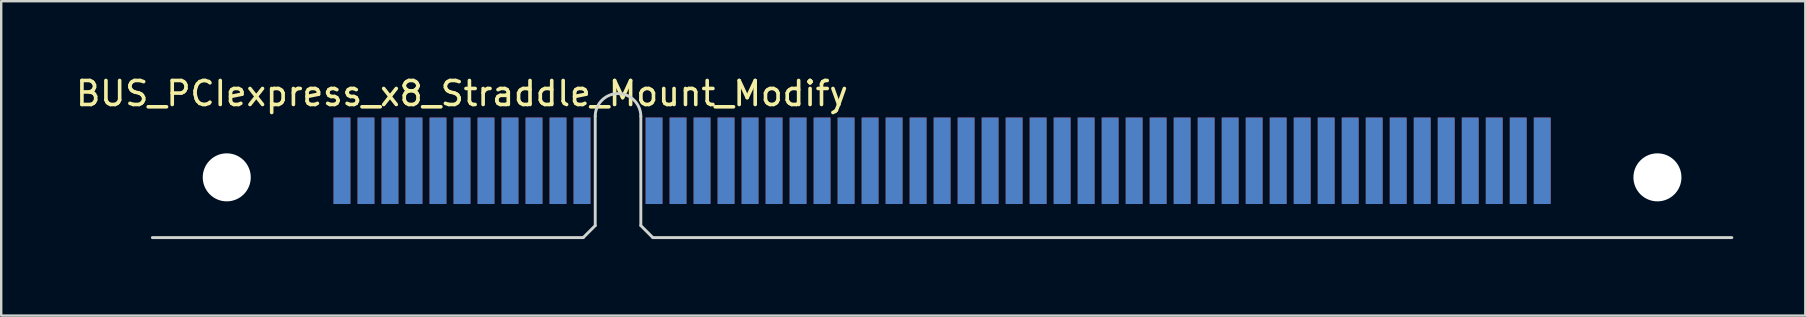
<source format=kicad_pcb>
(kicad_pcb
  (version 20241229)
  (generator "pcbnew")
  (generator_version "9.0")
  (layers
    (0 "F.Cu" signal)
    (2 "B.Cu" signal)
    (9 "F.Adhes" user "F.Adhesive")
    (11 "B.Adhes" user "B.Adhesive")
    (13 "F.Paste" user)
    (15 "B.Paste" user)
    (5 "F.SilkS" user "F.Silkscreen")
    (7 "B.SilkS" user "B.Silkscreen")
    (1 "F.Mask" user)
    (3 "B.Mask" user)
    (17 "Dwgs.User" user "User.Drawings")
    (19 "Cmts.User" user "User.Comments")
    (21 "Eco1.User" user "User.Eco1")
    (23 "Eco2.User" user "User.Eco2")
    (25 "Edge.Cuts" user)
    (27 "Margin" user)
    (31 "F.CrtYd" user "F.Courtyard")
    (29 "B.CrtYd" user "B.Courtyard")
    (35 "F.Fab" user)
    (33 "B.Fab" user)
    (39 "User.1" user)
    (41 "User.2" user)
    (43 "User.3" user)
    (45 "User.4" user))
  (footprint "BUS_PCIexpress_x8_Straddle_Mount_Modify"
    (layer "F.Cu")
    (at 22.696 6.848)
    (property "Reference" "BUS_PCIexpress_x8_Straddle_Mount_Modify" (at -6.5 -6 0) (layer "F.SilkS") (effects (font (size 1 1) (thickness 0.15))))
    (attr through_hole)
    (fp_line (start -19.4 0) (end -1.45 0) (stroke (width 0.12) (type solid)) (layer "Edge.Cuts"))
    (fp_line (start -1.45 0) (end -0.95 -0.5) (stroke (width 0.12) (type solid)) (layer "Edge.Cuts"))
    (fp_line (start -0.95 -0.5) (end -0.95 -5.05) (stroke (width 0.12) (type solid)) (layer "Edge.Cuts"))
    (fp_line (start 0.95 -0.5) (end 0.95 -5.05) (stroke (width 0.12) (type solid)) (layer "Edge.Cuts"))
    (fp_line (start 0.95 -0.5) (end 1.45 0) (stroke (width 0.12) (type solid)) (layer "Edge.Cuts"))
    (fp_line (start 1.45 0) (end 46.4 0) (stroke (width 0.12) (type solid)) (layer "Edge.Cuts"))
    (fp_arc (start -0.95 -5.05) (mid 0 -6) (end 0.95 -5.05) (stroke (width 0.12) (type solid)) (layer "Edge.Cuts"))
    (pad "" np_thru_hole circle (at -16.3 -2.51) (size 2 2) (drill 2) (layers "*.Cu" "*.Mask"))
    (pad "" np_thru_hole circle (at 43.3 -2.51) (size 2 2) (drill 2) (layers "*.Cu" "*.Mask"))
    (pad "A1" smd rect (at -11.5 -3.2) (size 0.7 3.6) (layers "F.Cu" "F.Mask" "F.Paste"))
    (pad "A2" smd rect (at -10.5 -3.2) (size 0.7 3.6) (layers "F.Cu" "F.Mask" "F.Paste"))
    (pad "A3" smd rect (at -9.5 -3.2) (size 0.7 3.6) (layers "F.Cu" "F.Mask" "F.Paste"))
    (pad "A4" smd rect (at -8.5 -3.2) (size 0.7 3.6) (layers "F.Cu" "F.Mask" "F.Paste"))
    (pad "A5" smd rect (at -7.5 -3.2) (size 0.7 3.6) (layers "F.Cu" "F.Mask" "F.Paste"))
    (pad "A6" smd rect (at -6.5 -3.2) (size 0.7 3.6) (layers "F.Cu" "F.Mask" "F.Paste"))
    (pad "A7" smd rect (at -5.5 -3.2) (size 0.7 3.6) (layers "F.Cu" "F.Mask" "F.Paste"))
    (pad "A8" smd rect (at -4.5 -3.2) (size 0.7 3.6) (layers "F.Cu" "F.Mask" "F.Paste"))
    (pad "A9" smd rect (at -3.5 -3.2) (size 0.7 3.6) (layers "F.Cu" "F.Mask" "F.Paste"))
    (pad "A10" smd rect (at -2.5 -3.2) (size 0.7 3.6) (layers "F.Cu" "F.Mask" "F.Paste"))
    (pad "A11" smd rect (at -1.5 -3.2) (size 0.7 3.6) (layers "F.Cu" "F.Mask" "F.Paste"))
    (pad "A12" smd rect (at 1.5 -3.2) (size 0.7 3.6) (layers "F.Cu" "F.Mask" "F.Paste"))
    (pad "A13" smd rect (at 2.5 -3.2) (size 0.7 3.6) (layers "F.Cu" "F.Mask" "F.Paste"))
    (pad "A14" smd rect (at 3.5 -3.2) (size 0.7 3.6) (layers "F.Cu" "F.Mask" "F.Paste"))
    (pad "A15" smd rect (at 4.5 -3.2) (size 0.7 3.6) (layers "F.Cu" "F.Mask" "F.Paste"))
    (pad "A16" smd rect (at 5.5 -3.2) (size 0.7 3.6) (layers "F.Cu" "F.Mask" "F.Paste"))
    (pad "A17" smd rect (at 6.5 -3.2) (size 0.7 3.6) (layers "F.Cu" "F.Mask" "F.Paste"))
    (pad "A18" smd rect (at 7.5 -3.2) (size 0.7 3.6) (layers "F.Cu" "F.Mask" "F.Paste"))
    (pad "A19" smd rect (at 8.5 -3.2) (size 0.7 3.6) (layers "F.Cu" "F.Mask" "F.Paste"))
    (pad "A20" smd rect (at 9.5 -3.2) (size 0.7 3.6) (layers "F.Cu" "F.Mask" "F.Paste"))
    (pad "A21" smd rect (at 10.5 -3.2) (size 0.7 3.6) (layers "F.Cu" "F.Mask" "F.Paste"))
    (pad "A22" smd rect (at 11.5 -3.2) (size 0.7 3.6) (layers "F.Cu" "F.Mask" "F.Paste"))
    (pad "A23" smd rect (at 12.5 -3.2) (size 0.7 3.6) (layers "F.Cu" "F.Mask" "F.Paste"))
    (pad "A24" smd rect (at 13.5 -3.2) (size 0.7 3.6) (layers "F.Cu" "F.Mask" "F.Paste"))
    (pad "A25" smd rect (at 14.5 -3.2) (size 0.7 3.6) (layers "F.Cu" "F.Mask" "F.Paste"))
    (pad "A26" smd rect (at 15.5 -3.2) (size 0.7 3.6) (layers "F.Cu" "F.Mask" "F.Paste"))
    (pad "A27" smd rect (at 16.5 -3.2) (size 0.7 3.6) (layers "F.Cu" "F.Mask" "F.Paste"))
    (pad "A28" smd rect (at 17.5 -3.2) (size 0.7 3.6) (layers "F.Cu" "F.Mask" "F.Paste"))
    (pad "A29" smd rect (at 18.5 -3.2) (size 0.7 3.6) (layers "F.Cu" "F.Mask" "F.Paste"))
    (pad "A30" smd rect (at 19.5 -3.2) (size 0.7 3.6) (layers "F.Cu" "F.Mask" "F.Paste"))
    (pad "A31" smd rect (at 20.5 -3.2) (size 0.7 3.6) (layers "F.Cu" "F.Mask" "F.Paste"))
    (pad "A32" smd rect (at 21.5 -3.2) (size 0.7 3.6) (layers "F.Cu" "F.Mask" "F.Paste"))
    (pad "A33" smd rect (at 22.5 -3.2) (size 0.7 3.6) (layers "F.Cu" "F.Mask" "F.Paste"))
    (pad "A34" smd rect (at 23.5 -3.2) (size 0.7 3.6) (layers "F.Cu" "F.Mask" "F.Paste"))
    (pad "A35" smd rect (at 24.5 -3.2) (size 0.7 3.6) (layers "F.Cu" "F.Mask" "F.Paste"))
    (pad "A36" smd rect (at 25.5 -3.2) (size 0.7 3.6) (layers "F.Cu" "F.Mask" "F.Paste"))
    (pad "A37" smd rect (at 26.5 -3.2) (size 0.7 3.6) (layers "F.Cu" "F.Mask" "F.Paste"))
    (pad "A38" smd rect (at 27.5 -3.2) (size 0.7 3.6) (layers "F.Cu" "F.Mask" "F.Paste"))
    (pad "A39" smd rect (at 28.5 -3.2) (size 0.7 3.6) (layers "F.Cu" "F.Mask" "F.Paste"))
    (pad "A40" smd rect (at 29.5 -3.2) (size 0.7 3.6) (layers "F.Cu" "F.Mask" "F.Paste"))
    (pad "A41" smd rect (at 30.5 -3.2) (size 0.7 3.6) (layers "F.Cu" "F.Mask" "F.Paste"))
    (pad "A42" smd rect (at 31.5 -3.2) (size 0.7 3.6) (layers "F.Cu" "F.Mask" "F.Paste"))
    (pad "A43" smd rect (at 32.5 -3.2) (size 0.7 3.6) (layers "F.Cu" "F.Mask" "F.Paste"))
    (pad "A44" smd rect (at 33.5 -3.2) (size 0.7 3.6) (layers "F.Cu" "F.Mask" "F.Paste"))
    (pad "A45" smd rect (at 34.5 -3.2) (size 0.7 3.6) (layers "F.Cu" "F.Mask" "F.Paste"))
    (pad "A46" smd rect (at 35.5 -3.2) (size 0.7 3.6) (layers "F.Cu" "F.Mask" "F.Paste"))
    (pad "A47" smd rect (at 36.5 -3.2) (size 0.7 3.6) (layers "F.Cu" "F.Mask" "F.Paste"))
    (pad "A48" smd rect (at 37.5 -3.2) (size 0.7 3.6) (layers "F.Cu" "F.Mask" "F.Paste"))
    (pad "A49" smd rect (at 38.5 -3.2) (size 0.7 3.6) (layers "F.Cu" "F.Mask" "F.Paste"))
    (pad "B1" smd rect (at -11.5 -3.2) (size 0.7 3.6) (layers "B.Cu" "B.Mask" "B.Paste"))
    (pad "B2" smd rect (at -10.5 -3.2) (size 0.7 3.6) (layers "B.Cu" "B.Mask" "B.Paste"))
    (pad "B3" smd rect (at -9.5 -3.2) (size 0.7 3.6) (layers "B.Cu" "B.Mask" "B.Paste"))
    (pad "B4" smd rect (at -8.5 -3.2) (size 0.7 3.6) (layers "B.Cu" "B.Mask" "B.Paste"))
    (pad "B5" smd rect (at -7.5 -3.2) (size 0.7 3.6) (layers "B.Cu" "B.Mask" "B.Paste"))
    (pad "B6" smd rect (at -6.5 -3.2) (size 0.7 3.6) (layers "B.Cu" "B.Mask" "B.Paste"))
    (pad "B7" smd rect (at -5.5 -3.2) (size 0.7 3.6) (layers "B.Cu" "B.Mask" "B.Paste"))
    (pad "B8" smd rect (at -4.5 -3.2) (size 0.7 3.6) (layers "B.Cu" "B.Mask" "B.Paste"))
    (pad "B9" smd rect (at -3.5 -3.2) (size 0.7 3.6) (layers "B.Cu" "B.Mask" "B.Paste"))
    (pad "B10" smd rect (at -2.5 -3.2) (size 0.7 3.6) (layers "B.Cu" "B.Mask" "B.Paste"))
    (pad "B11" smd rect (at -1.5 -3.2) (size 0.7 3.6) (layers "B.Cu" "B.Mask" "B.Paste"))
    (pad "B12" smd rect (at 1.5 -3.2) (size 0.7 3.6) (layers "B.Cu" "B.Mask" "B.Paste"))
    (pad "B13" smd rect (at 2.5 -3.2) (size 0.7 3.6) (layers "B.Cu" "B.Mask" "B.Paste"))
    (pad "B14" smd rect (at 3.5 -3.2) (size 0.7 3.6) (layers "B.Cu" "B.Mask" "B.Paste"))
    (pad "B15" smd rect (at 4.5 -3.2) (size 0.7 3.6) (layers "B.Cu" "B.Mask" "B.Paste"))
    (pad "B16" smd rect (at 5.5 -3.2) (size 0.7 3.6) (layers "B.Cu" "B.Mask" "B.Paste"))
    (pad "B17" smd rect (at 6.5 -3.2) (size 0.7 3.6) (layers "B.Cu" "B.Mask" "B.Paste"))
    (pad "B18" smd rect (at 7.5 -3.2) (size 0.7 3.6) (layers "B.Cu" "B.Mask" "B.Paste"))
    (pad "B19" smd rect (at 8.5 -3.2) (size 0.7 3.6) (layers "B.Cu" "B.Mask" "B.Paste"))
    (pad "B20" smd rect (at 9.5 -3.2) (size 0.7 3.6) (layers "B.Cu" "B.Mask" "B.Paste"))
    (pad "B21" smd rect (at 10.5 -3.2) (size 0.7 3.6) (layers "B.Cu" "B.Mask" "B.Paste"))
    (pad "B22" smd rect (at 11.5 -3.2) (size 0.7 3.6) (layers "B.Cu" "B.Mask" "B.Paste"))
    (pad "B23" smd rect (at 12.5 -3.2) (size 0.7 3.6) (layers "B.Cu" "B.Mask" "B.Paste"))
    (pad "B24" smd rect (at 13.5 -3.2) (size 0.7 3.6) (layers "B.Cu" "B.Mask" "B.Paste"))
    (pad "B25" smd rect (at 14.5 -3.2) (size 0.7 3.6) (layers "B.Cu" "B.Mask" "B.Paste"))
    (pad "B26" smd rect (at 15.5 -3.2) (size 0.7 3.6) (layers "B.Cu" "B.Mask" "B.Paste"))
    (pad "B27" smd rect (at 16.5 -3.2) (size 0.7 3.6) (layers "B.Cu" "B.Mask" "B.Paste"))
    (pad "B28" smd rect (at 17.5 -3.2) (size 0.7 3.6) (layers "B.Cu" "B.Mask" "B.Paste"))
    (pad "B29" smd rect (at 18.5 -3.2) (size 0.7 3.6) (layers "B.Cu" "B.Mask" "B.Paste"))
    (pad "B30" smd rect (at 19.5 -3.2) (size 0.7 3.6) (layers "B.Cu" "B.Mask" "B.Paste"))
    (pad "B31" smd rect (at 20.5 -3.2) (size 0.7 3.6) (layers "B.Cu" "B.Mask" "B.Paste"))
    (pad "B32" smd rect (at 21.5 -3.2) (size 0.7 3.6) (layers "B.Cu" "B.Mask" "B.Paste"))
    (pad "B33" smd rect (at 22.5 -3.2) (size 0.7 3.6) (layers "B.Cu" "B.Mask" "B.Paste"))
    (pad "B34" smd rect (at 23.5 -3.2) (size 0.7 3.6) (layers "B.Cu" "B.Mask" "B.Paste"))
    (pad "B35" smd rect (at 24.5 -3.2) (size 0.7 3.6) (layers "B.Cu" "B.Mask" "B.Paste"))
    (pad "B36" smd rect (at 25.5 -3.2) (size 0.7 3.6) (layers "B.Cu" "B.Mask" "B.Paste"))
    (pad "B37" smd rect (at 26.5 -3.2) (size 0.7 3.6) (layers "B.Cu" "B.Mask" "B.Paste"))
    (pad "B38" smd rect (at 27.5 -3.2) (size 0.7 3.6) (layers "B.Cu" "B.Mask" "B.Paste"))
    (pad "B39" smd rect (at 28.5 -3.2) (size 0.7 3.6) (layers "B.Cu" "B.Mask" "B.Paste"))
    (pad "B40" smd rect (at 29.5 -3.2) (size 0.7 3.6) (layers "B.Cu" "B.Mask" "B.Paste"))
    (pad "B41" smd rect (at 30.5 -3.2) (size 0.7 3.6) (layers "B.Cu" "B.Mask" "B.Paste"))
    (pad "B42" smd rect (at 31.5 -3.2) (size 0.7 3.6) (layers "B.Cu" "B.Mask" "B.Paste"))
    (pad "B43" smd rect (at 32.5 -3.2) (size 0.7 3.6) (layers "B.Cu" "B.Mask" "B.Paste"))
    (pad "B44" smd rect (at 33.5 -3.2) (size 0.7 3.6) (layers "B.Cu" "B.Mask" "B.Paste"))
    (pad "B45" smd rect (at 34.5 -3.2) (size 0.7 3.6) (layers "B.Cu" "B.Mask" "B.Paste"))
    (pad "B46" smd rect (at 35.5 -3.2) (size 0.7 3.6) (layers "B.Cu" "B.Mask" "B.Paste"))
    (pad "B47" smd rect (at 36.5 -3.2) (size 0.7 3.6) (layers "B.Cu" "B.Mask" "B.Paste"))
    (pad "B48" smd rect (at 37.5 -3.2) (size 0.7 3.6) (layers "B.Cu" "B.Mask" "B.Paste"))
    (pad "B49" smd rect (at 38.5 -3.2) (size 0.7 3.6) (layers "B.Cu" "B.Mask" "B.Paste")))
  (gr_rect
    (start -3 -3)
    (end 72.156 10.098)
    (stroke (width 0.1) (type default))
    (fill no)
    (layer "Edge.Cuts")))
</source>
